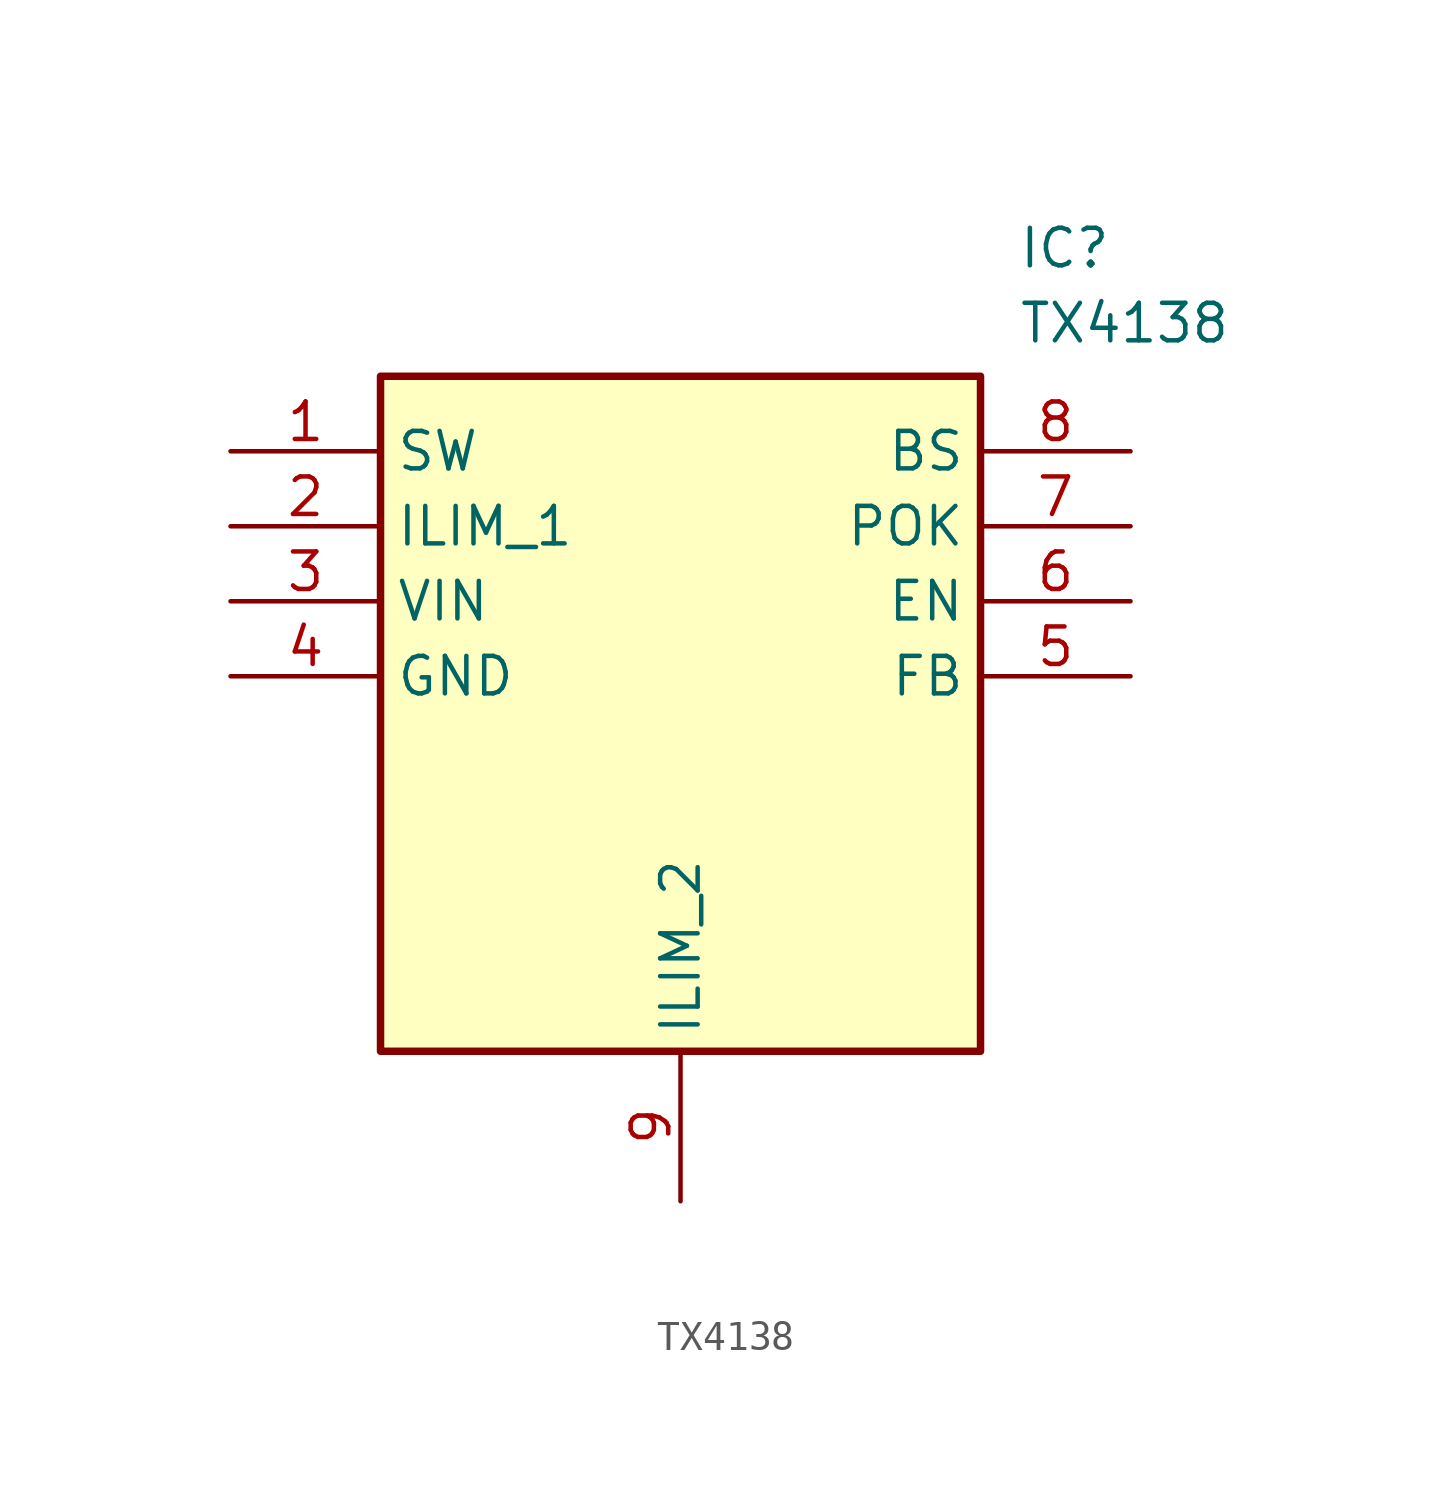
<source format=kicad_sym>
(kicad_symbol_lib
  (version 20211014)
  (generator SamacSys_ECAD_Model)
  (symbol "TX4138"
    (property "Reference" "IC"
      (at 26.67 7.62 0)
      (effects (font (size 1.27 1.27)) (justify left top)))
    (property "Value" "TX4138"
      (at 26.67 5.08 0)
      (effects (font (size 1.27 1.27)) (justify left top)))
    (rectangle
      (start 5.08 2.54)
      (end 25.4 -20.32)
      (stroke (width 0.254) (type default))
      (fill (type background)))
    (pin passive line
      (at 0 0 0)
      (length 5.08)
      (name "SW" (effects (font (size 1.27 1.27))))
      (number "1" (effects (font (size 1.27 1.27)))))
    (pin passive line
      (at 0 -2.54 0)
      (length 5.08)
      (name "ILIM_1" (effects (font (size 1.27 1.27))))
      (number "2" (effects (font (size 1.27 1.27)))))
    (pin passive line
      (at 0 -5.08 0)
      (length 5.08)
      (name "VIN" (effects (font (size 1.27 1.27))))
      (number "3" (effects (font (size 1.27 1.27)))))
    (pin passive line
      (at 0 -7.62 0)
      (length 5.08)
      (name "GND" (effects (font (size 1.27 1.27))))
      (number "4" (effects (font (size 1.27 1.27)))))
    (pin passive line
      (at 15.24 -25.4 90)
      (length 5.08)
      (name "ILIM_2" (effects (font (size 1.27 1.27))))
      (number "9" (effects (font (size 1.27 1.27)))))
    (pin passive line
      (at 30.48 0 180)
      (length 5.08)
      (name "BS" (effects (font (size 1.27 1.27))))
      (number "8" (effects (font (size 1.27 1.27)))))
    (pin passive line
      (at 30.48 -2.54 180)
      (length 5.08)
      (name "POK" (effects (font (size 1.27 1.27))))
      (number "7" (effects (font (size 1.27 1.27)))))
    (pin passive line
      (at 30.48 -5.08 180)
      (length 5.08)
      (name "EN" (effects (font (size 1.27 1.27))))
      (number "6" (effects (font (size 1.27 1.27)))))
    (pin passive line
      (at 30.48 -7.62 180)
      (length 5.08)
      (name "FB" (effects (font (size 1.27 1.27))))
      (number "5" (effects (font (size 1.27 1.27)))))))
</source>
